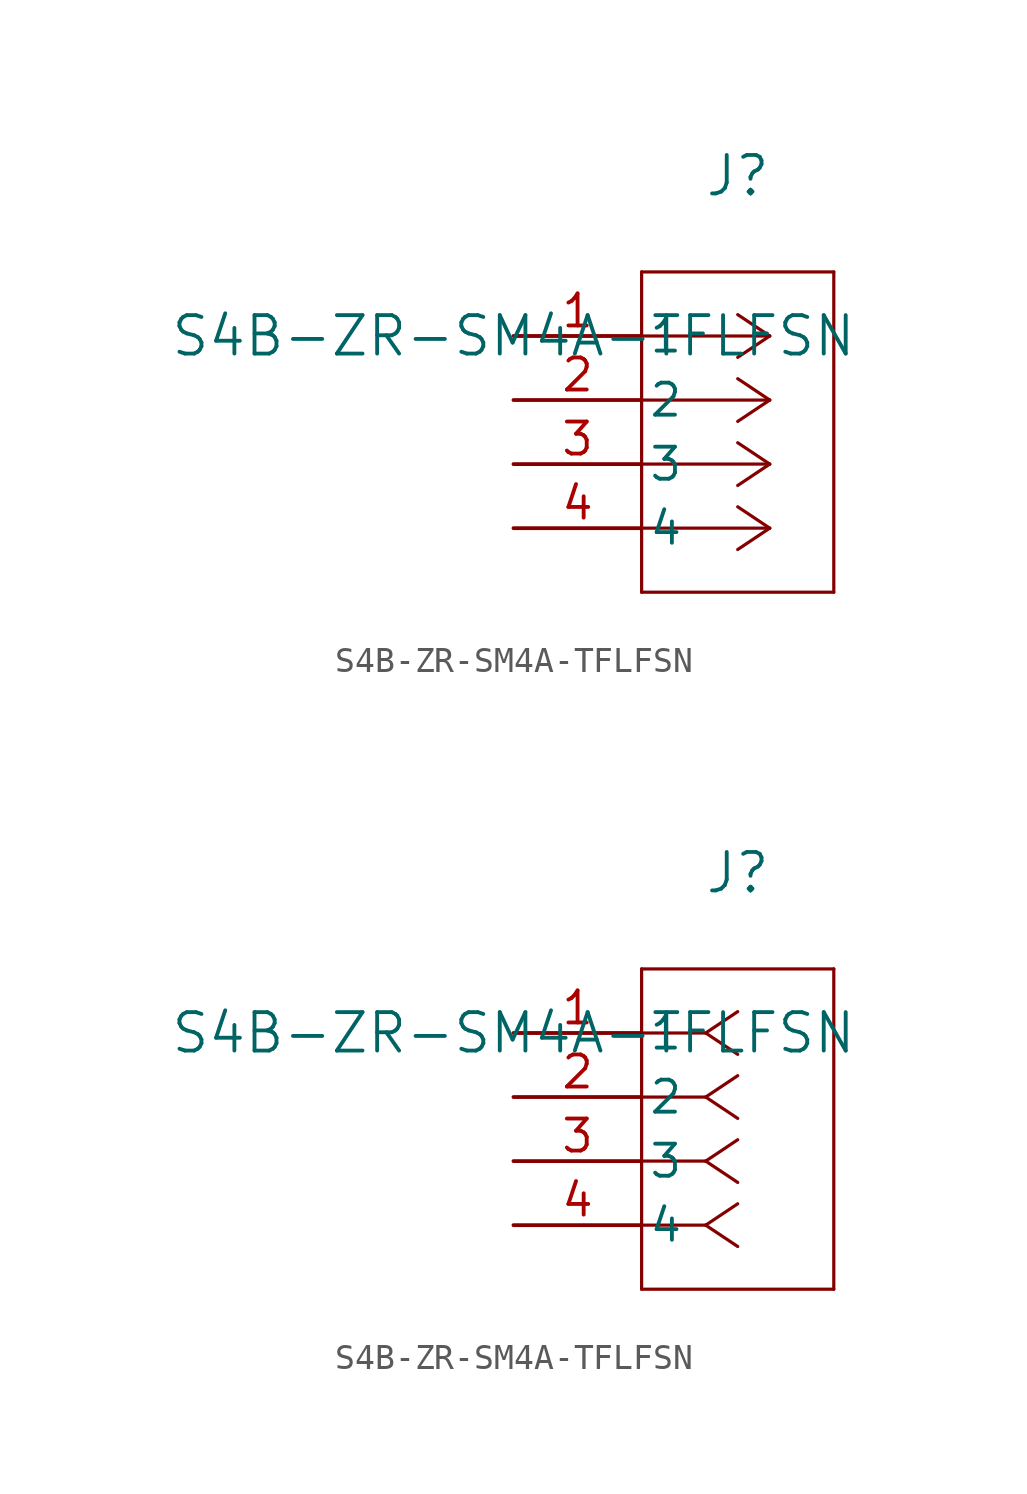
<source format=kicad_sym>
(kicad_symbol_lib
  (version 20211014)
  (generator kicad_symbol_editor)
  (symbol "S4B-ZR-SM4A-TFLFSN"
    (pin_names
      (offset 0.254))
    (property "Reference" "J"
      (at 8.89 6.35 0)
      (effects (font (size 1.524 1.524))))
    (property "Value" "S4B-ZR-SM4A-TFLFSN"
      (at 0 0 0)
      (effects (font (size 1.524 1.524))))
    (symbol "S4B-ZR-SM4A-TFLFSN_1_1"
      (polyline (pts (xy 10.16 0) (xy 5.08 0)) (stroke (width 0.127) (type default) (color 0 0 0 0)) (fill (type none)))
      (polyline (pts (xy 10.16 -2.54) (xy 5.08 -2.54)) (stroke (width 0.127) (type default) (color 0 0 0 0)) (fill (type none)))
      (polyline (pts (xy 10.16 -5.08) (xy 5.08 -5.08)) (stroke (width 0.127) (type default) (color 0 0 0 0)) (fill (type none)))
      (polyline (pts (xy 10.16 -7.62) (xy 5.08 -7.62)) (stroke (width 0.127) (type default) (color 0 0 0 0)) (fill (type none)))
      (polyline (pts (xy 10.16 0) (xy 8.89 0.847)) (stroke (width 0.127) (type default) (color 0 0 0 0)) (fill (type none)))
      (polyline (pts (xy 10.16 -2.54) (xy 8.89 -1.693)) (stroke (width 0.127) (type default) (color 0 0 0 0)) (fill (type none)))
      (polyline (pts (xy 10.16 -5.08) (xy 8.89 -4.233)) (stroke (width 0.127) (type default) (color 0 0 0 0)) (fill (type none)))
      (polyline (pts (xy 10.16 -7.62) (xy 8.89 -6.773)) (stroke (width 0.127) (type default) (color 0 0 0 0)) (fill (type none)))
      (polyline (pts (xy 10.16 0) (xy 8.89 -0.847)) (stroke (width 0.127) (type default) (color 0 0 0 0)) (fill (type none)))
      (polyline (pts (xy 10.16 -2.54) (xy 8.89 -3.387)) (stroke (width 0.127) (type default) (color 0 0 0 0)) (fill (type none)))
      (polyline (pts (xy 10.16 -5.08) (xy 8.89 -5.927)) (stroke (width 0.127) (type default) (color 0 0 0 0)) (fill (type none)))
      (polyline (pts (xy 10.16 -7.62) (xy 8.89 -8.467)) (stroke (width 0.127) (type default) (color 0 0 0 0)) (fill (type none)))
      (polyline (pts (xy 5.08 2.54) (xy 5.08 -10.16)) (stroke (width 0.127) (type default) (color 0 0 0 0)) (fill (type none)))
      (polyline (pts (xy 5.08 -10.16) (xy 12.7 -10.16)) (stroke (width 0.127) (type default) (color 0 0 0 0)) (fill (type none)))
      (polyline (pts (xy 12.7 -10.16) (xy 12.7 2.54)) (stroke (width 0.127) (type default) (color 0 0 0 0)) (fill (type none)))
      (polyline (pts (xy 12.7 2.54) (xy 5.08 2.54)) (stroke (width 0.127) (type default) (color 0 0 0 0)) (fill (type none)))
      (pin unspecified line (at 0 0 0) (length 5.08) (name "1" (effects (font (size 1.27 1.27)))) (number "1" (effects (font (size 1.27 1.27)))))
      (pin unspecified line (at 0 -2.54 0) (length 5.08) (name "2" (effects (font (size 1.27 1.27)))) (number "2" (effects (font (size 1.27 1.27)))))
      (pin unspecified line (at 0 -5.08 0) (length 5.08) (name "3" (effects (font (size 1.27 1.27)))) (number "3" (effects (font (size 1.27 1.27)))))
      (pin unspecified line (at 0 -7.62 0) (length 5.08) (name "4" (effects (font (size 1.27 1.27)))) (number "4" (effects (font (size 1.27 1.27))))))
    (symbol "S4B-ZR-SM4A-TFLFSN_1_2"
      (polyline (pts (xy 7.62 0) (xy 5.08 0)) (stroke (width 0.127) (type default) (color 0 0 0 0)) (fill (type none)))
      (polyline (pts (xy 7.62 -2.54) (xy 5.08 -2.54)) (stroke (width 0.127) (type default) (color 0 0 0 0)) (fill (type none)))
      (polyline (pts (xy 7.62 -5.08) (xy 5.08 -5.08)) (stroke (width 0.127) (type default) (color 0 0 0 0)) (fill (type none)))
      (polyline (pts (xy 7.62 -7.62) (xy 5.08 -7.62)) (stroke (width 0.127) (type default) (color 0 0 0 0)) (fill (type none)))
      (polyline (pts (xy 7.62 0) (xy 8.89 0.847)) (stroke (width 0.127) (type default) (color 0 0 0 0)) (fill (type none)))
      (polyline (pts (xy 7.62 -2.54) (xy 8.89 -1.693)) (stroke (width 0.127) (type default) (color 0 0 0 0)) (fill (type none)))
      (polyline (pts (xy 7.62 -5.08) (xy 8.89 -4.233)) (stroke (width 0.127) (type default) (color 0 0 0 0)) (fill (type none)))
      (polyline (pts (xy 7.62 -7.62) (xy 8.89 -6.773)) (stroke (width 0.127) (type default) (color 0 0 0 0)) (fill (type none)))
      (polyline (pts (xy 7.62 0) (xy 8.89 -0.847)) (stroke (width 0.127) (type default) (color 0 0 0 0)) (fill (type none)))
      (polyline (pts (xy 7.62 -2.54) (xy 8.89 -3.387)) (stroke (width 0.127) (type default) (color 0 0 0 0)) (fill (type none)))
      (polyline (pts (xy 7.62 -5.08) (xy 8.89 -5.927)) (stroke (width 0.127) (type default) (color 0 0 0 0)) (fill (type none)))
      (polyline (pts (xy 7.62 -7.62) (xy 8.89 -8.467)) (stroke (width 0.127) (type default) (color 0 0 0 0)) (fill (type none)))
      (polyline (pts (xy 5.08 2.54) (xy 5.08 -10.16)) (stroke (width 0.127) (type default) (color 0 0 0 0)) (fill (type none)))
      (polyline (pts (xy 5.08 -10.16) (xy 12.7 -10.16)) (stroke (width 0.127) (type default) (color 0 0 0 0)) (fill (type none)))
      (polyline (pts (xy 12.7 -10.16) (xy 12.7 2.54)) (stroke (width 0.127) (type default) (color 0 0 0 0)) (fill (type none)))
      (polyline (pts (xy 12.7 2.54) (xy 5.08 2.54)) (stroke (width 0.127) (type default) (color 0 0 0 0)) (fill (type none)))
      (pin unspecified line (at 0 0 0) (length 5.08) (name "1" (effects (font (size 1.27 1.27)))) (number "1" (effects (font (size 1.27 1.27)))))
      (pin unspecified line (at 0 -2.54 0) (length 5.08) (name "2" (effects (font (size 1.27 1.27)))) (number "2" (effects (font (size 1.27 1.27)))))
      (pin unspecified line (at 0 -5.08 0) (length 5.08) (name "3" (effects (font (size 1.27 1.27)))) (number "3" (effects (font (size 1.27 1.27)))))
      (pin unspecified line (at 0 -7.62 0) (length 5.08) (name "4" (effects (font (size 1.27 1.27)))) (number "4" (effects (font (size 1.27 1.27))))))))
</source>
